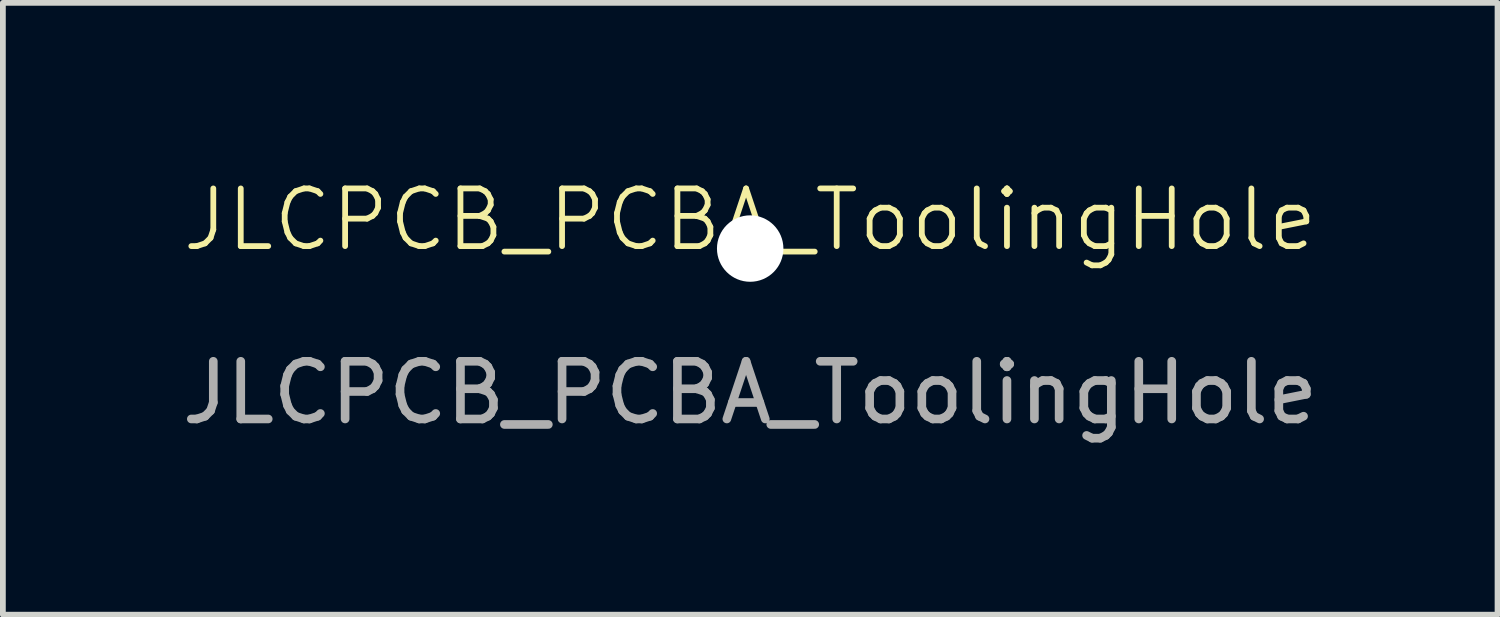
<source format=kicad_pcb>
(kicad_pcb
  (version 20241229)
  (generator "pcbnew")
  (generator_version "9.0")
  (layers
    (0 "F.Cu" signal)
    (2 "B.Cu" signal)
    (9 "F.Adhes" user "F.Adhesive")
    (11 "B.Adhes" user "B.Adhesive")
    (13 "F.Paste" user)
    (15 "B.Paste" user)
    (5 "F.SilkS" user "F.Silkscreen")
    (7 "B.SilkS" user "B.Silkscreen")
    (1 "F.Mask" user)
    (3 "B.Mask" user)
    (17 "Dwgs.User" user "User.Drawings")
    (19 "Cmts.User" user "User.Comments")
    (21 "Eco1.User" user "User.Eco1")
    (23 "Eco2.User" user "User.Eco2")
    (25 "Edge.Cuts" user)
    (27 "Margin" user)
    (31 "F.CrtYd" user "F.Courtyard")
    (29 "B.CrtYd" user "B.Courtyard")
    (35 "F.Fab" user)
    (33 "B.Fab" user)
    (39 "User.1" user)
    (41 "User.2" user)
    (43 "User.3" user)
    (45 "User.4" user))
  (footprint "JLCPCB_PCBA_ToolingHole"
    (layer "F.Cu")
    (at 9.958 1.26)
    (property "Reference" "JLCPCB_PCBA_ToolingHole" (at 0 -0.5 0) (unlocked yes) (layer "F.SilkS") (effects (font (size 1 1) (thickness 0.1))))
    (attr through_hole exclude_from_pos_files exclude_from_bom)
    (fp_text user "${REFERENCE}" (at 0 2.5 0) (unlocked yes) (layer "F.Fab") (effects (font (size 1 1) (thickness 0.15))))
    (pad "" np_thru_hole circle (at 0 0) (size 1.152 1.152) (drill 1.152) (layers "*.Cu" "*.Mask")))
  (gr_rect
    (start -3 -3)
    (end 22.917 7.609)
    (stroke (width 0.1) (type default))
    (fill no)
    (layer "Edge.Cuts")))
</source>
